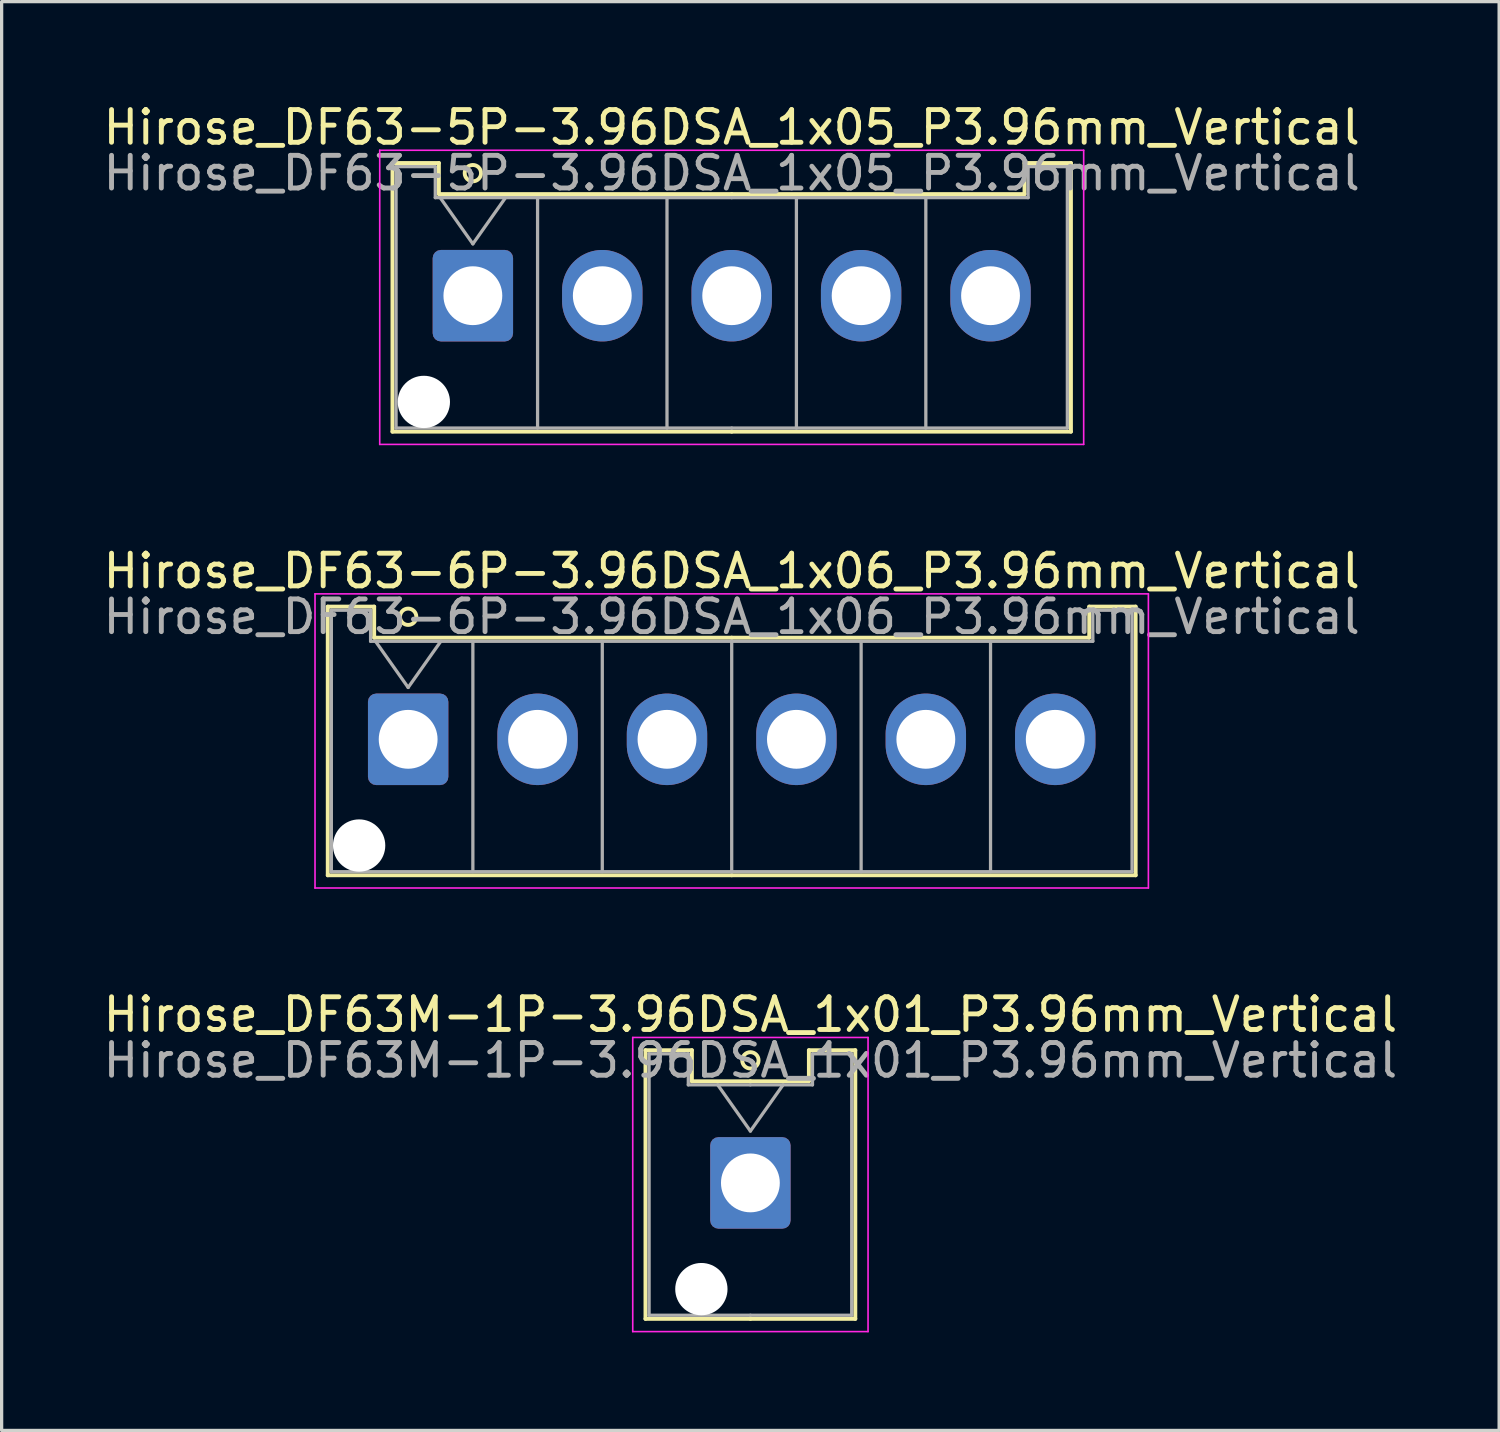
<source format=kicad_pcb>
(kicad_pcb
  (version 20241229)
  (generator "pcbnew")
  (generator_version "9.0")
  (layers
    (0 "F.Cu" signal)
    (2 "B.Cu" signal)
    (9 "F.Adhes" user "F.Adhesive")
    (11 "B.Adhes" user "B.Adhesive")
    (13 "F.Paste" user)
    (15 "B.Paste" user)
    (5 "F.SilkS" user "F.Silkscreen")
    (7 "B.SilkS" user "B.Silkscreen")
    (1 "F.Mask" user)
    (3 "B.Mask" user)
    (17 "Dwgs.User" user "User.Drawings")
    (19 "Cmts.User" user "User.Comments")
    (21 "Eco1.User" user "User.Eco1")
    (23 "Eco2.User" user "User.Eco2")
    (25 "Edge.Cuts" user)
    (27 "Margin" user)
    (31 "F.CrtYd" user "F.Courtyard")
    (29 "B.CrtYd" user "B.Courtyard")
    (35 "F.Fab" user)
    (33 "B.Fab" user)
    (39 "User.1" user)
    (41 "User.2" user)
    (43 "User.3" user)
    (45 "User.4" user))
  (footprint "Hirose_DF63M-1P-3.96DSA_1x01_P3.96mm_Vertical"
    (layer "F.Cu")
    (at 19.911 33.145)
    (property "Reference" "Hirose_DF63M-1P-3.96DSA_1x01_P3.96mm_Vertical" (at 0 -5.15 0) (layer "F.SilkS") (effects (font (size 1 1) (thickness 0.15))))
    (attr through_hole)
    (fp_line (start -3.21 -4.06) (end -1.79 -4.06) (stroke (width 0.12) (type solid)) (layer "F.SilkS"))
    (fp_line (start -3.21 4.16) (end -3.21 -4.06) (stroke (width 0.12) (type solid)) (layer "F.SilkS"))
    (fp_line (start -1.79 -4.06) (end -1.79 -3.11) (stroke (width 0.12) (type solid)) (layer "F.SilkS"))
    (fp_line (start -1.79 -3.11) (end 0 -3.11) (stroke (width 0.12) (type solid)) (layer "F.SilkS"))
    (fp_line (start 0 4.16) (end -3.21 4.16) (stroke (width 0.12) (type solid)) (layer "F.SilkS"))
    (fp_line (start 0 4.16) (end 3.21 4.16) (stroke (width 0.12) (type solid)) (layer "F.SilkS"))
    (fp_line (start 1.79 -4.06) (end 1.79 -3.11) (stroke (width 0.12) (type solid)) (layer "F.SilkS"))
    (fp_line (start 1.79 -3.11) (end 0 -3.11) (stroke (width 0.12) (type solid)) (layer "F.SilkS"))
    (fp_line (start 3.21 -4.06) (end 1.79 -4.06) (stroke (width 0.12) (type solid)) (layer "F.SilkS"))
    (fp_line (start 3.21 4.16) (end 3.21 -4.06) (stroke (width 0.12) (type solid)) (layer "F.SilkS"))
    (fp_circle (center 0 -3.75) (end 0.25 -3.75) (stroke (width 0.12) (type solid)) (fill no) (layer "F.SilkS"))
    (fp_line (start -3.6 -4.45) (end -3.6 4.55) (stroke (width 0.05) (type solid)) (layer "F.CrtYd"))
    (fp_line (start -3.6 4.55) (end 3.6 4.55) (stroke (width 0.05) (type solid)) (layer "F.CrtYd"))
    (fp_line (start 3.6 -4.45) (end -3.6 -4.45) (stroke (width 0.05) (type solid)) (layer "F.CrtYd"))
    (fp_line (start 3.6 4.55) (end 3.6 -4.45) (stroke (width 0.05) (type solid)) (layer "F.CrtYd"))
    (fp_line (start -3.1 -3.95) (end -1.9 -3.95) (stroke (width 0.1) (type solid)) (layer "F.Fab"))
    (fp_line (start -3.1 4.05) (end -3.1 -3.95) (stroke (width 0.1) (type solid)) (layer "F.Fab"))
    (fp_line (start -1.9 -3.95) (end -1.9 -3) (stroke (width 0.1) (type solid)) (layer "F.Fab"))
    (fp_line (start -1.9 -3) (end 0 -3) (stroke (width 0.1) (type solid)) (layer "F.Fab"))
    (fp_line (start -1 -3) (end 0 -1.586) (stroke (width 0.1) (type solid)) (layer "F.Fab"))
    (fp_line (start 0 -1.586) (end 1 -3) (stroke (width 0.1) (type solid)) (layer "F.Fab"))
    (fp_line (start 0 4.05) (end -3.1 4.05) (stroke (width 0.1) (type solid)) (layer "F.Fab"))
    (fp_line (start 0 4.05) (end 3.1 4.05) (stroke (width 0.1) (type solid)) (layer "F.Fab"))
    (fp_line (start 1.9 -3.95) (end 1.9 -3) (stroke (width 0.1) (type solid)) (layer "F.Fab"))
    (fp_line (start 1.9 -3) (end 0 -3) (stroke (width 0.1) (type solid)) (layer "F.Fab"))
    (fp_line (start 3.1 -3.95) (end 1.9 -3.95) (stroke (width 0.1) (type solid)) (layer "F.Fab"))
    (fp_line (start 3.1 4.05) (end 3.1 -3.95) (stroke (width 0.1) (type solid)) (layer "F.Fab"))
    (fp_text user "${REFERENCE}" (at 0 -3.75 0) (layer "F.Fab") (effects (font (size 1 1) (thickness 0.15))))
    (pad "" np_thru_hole circle (at -1.5 3.25) (size 1.6 1.6) (drill 1.6) (layers "*.Cu" "*.Mask"))
    (pad "1" thru_hole roundrect (at 0 0) (size 2.46 2.8) (drill 1.8) (layers "*.Cu" "*.Mask") (roundrect_rratio 0.102)))
  (footprint "Hirose_DF63-6P-3.96DSA_1x06_P3.96mm_Vertical"
    (layer "F.Cu")
    (at 9.439 19.572)
    (property "Reference" "Hirose_DF63-6P-3.96DSA_1x06_P3.96mm_Vertical" (at 9.9 -5.15 0) (layer "F.SilkS") (effects (font (size 1 1) (thickness 0.15))))
    (attr through_hole)
    (fp_line (start -2.46 -4.06) (end -1.04 -4.06) (stroke (width 0.12) (type solid)) (layer "F.SilkS"))
    (fp_line (start -2.46 4.16) (end -2.46 -4.06) (stroke (width 0.12) (type solid)) (layer "F.SilkS"))
    (fp_line (start -1.04 -4.06) (end -1.04 -3.11) (stroke (width 0.12) (type solid)) (layer "F.SilkS"))
    (fp_line (start -1.04 -3.11) (end 9.9 -3.11) (stroke (width 0.12) (type solid)) (layer "F.SilkS"))
    (fp_line (start 9.9 4.16) (end -2.46 4.16) (stroke (width 0.12) (type solid)) (layer "F.SilkS"))
    (fp_line (start 9.9 4.16) (end 22.26 4.16) (stroke (width 0.12) (type solid)) (layer "F.SilkS"))
    (fp_line (start 20.84 -4.06) (end 20.84 -3.11) (stroke (width 0.12) (type solid)) (layer "F.SilkS"))
    (fp_line (start 20.84 -3.11) (end 9.9 -3.11) (stroke (width 0.12) (type solid)) (layer "F.SilkS"))
    (fp_line (start 22.26 -4.06) (end 20.84 -4.06) (stroke (width 0.12) (type solid)) (layer "F.SilkS"))
    (fp_line (start 22.26 4.16) (end 22.26 -4.06) (stroke (width 0.12) (type solid)) (layer "F.SilkS"))
    (fp_circle (center 0 -3.75) (end 0.25 -3.75) (stroke (width 0.12) (type solid)) (fill no) (layer "F.SilkS"))
    (fp_line (start -2.85 -4.45) (end -2.85 4.55) (stroke (width 0.05) (type solid)) (layer "F.CrtYd"))
    (fp_line (start -2.85 4.55) (end 22.65 4.55) (stroke (width 0.05) (type solid)) (layer "F.CrtYd"))
    (fp_line (start 22.65 -4.45) (end -2.85 -4.45) (stroke (width 0.05) (type solid)) (layer "F.CrtYd"))
    (fp_line (start 22.65 4.55) (end 22.65 -4.45) (stroke (width 0.05) (type solid)) (layer "F.CrtYd"))
    (fp_line (start -2.35 -3.95) (end -1.15 -3.95) (stroke (width 0.1) (type solid)) (layer "F.Fab"))
    (fp_line (start -2.35 4.05) (end -2.35 -3.95) (stroke (width 0.1) (type solid)) (layer "F.Fab"))
    (fp_line (start -1.15 -3.95) (end -1.15 -3) (stroke (width 0.1) (type solid)) (layer "F.Fab"))
    (fp_line (start -1.15 -3) (end 9.9 -3) (stroke (width 0.1) (type solid)) (layer "F.Fab"))
    (fp_line (start -1 -3) (end 0 -1.586) (stroke (width 0.1) (type solid)) (layer "F.Fab"))
    (fp_line (start 0 -1.586) (end 1 -3) (stroke (width 0.1) (type solid)) (layer "F.Fab"))
    (fp_line (start 1.98 -3) (end 1.98 4.05) (stroke (width 0.1) (type solid)) (layer "F.Fab"))
    (fp_line (start 5.94 -3) (end 5.94 4.05) (stroke (width 0.1) (type solid)) (layer "F.Fab"))
    (fp_line (start 9.9 -3) (end 9.9 4.05) (stroke (width 0.1) (type solid)) (layer "F.Fab"))
    (fp_line (start 9.9 4.05) (end -2.35 4.05) (stroke (width 0.1) (type solid)) (layer "F.Fab"))
    (fp_line (start 9.9 4.05) (end 22.15 4.05) (stroke (width 0.1) (type solid)) (layer "F.Fab"))
    (fp_line (start 13.86 -3) (end 13.86 4.05) (stroke (width 0.1) (type solid)) (layer "F.Fab"))
    (fp_line (start 17.82 -3) (end 17.82 4.05) (stroke (width 0.1) (type solid)) (layer "F.Fab"))
    (fp_line (start 20.95 -3.95) (end 20.95 -3) (stroke (width 0.1) (type solid)) (layer "F.Fab"))
    (fp_line (start 20.95 -3) (end 9.9 -3) (stroke (width 0.1) (type solid)) (layer "F.Fab"))
    (fp_line (start 22.15 -3.95) (end 20.95 -3.95) (stroke (width 0.1) (type solid)) (layer "F.Fab"))
    (fp_line (start 22.15 4.05) (end 22.15 -3.95) (stroke (width 0.1) (type solid)) (layer "F.Fab"))
    (fp_text user "${REFERENCE}" (at 9.9 -3.75 0) (layer "F.Fab") (effects (font (size 1 1) (thickness 0.15))))
    (pad "" np_thru_hole circle (at -1.5 3.25) (size 1.6 1.6) (drill 1.6) (layers "*.Cu" "*.Mask"))
    (pad "1" thru_hole roundrect (at 0 0) (size 2.46 2.8) (drill 1.8) (layers "*.Cu" "*.Mask") (roundrect_rratio 0.102))
    (pad "2" thru_hole oval (at 3.96 0) (size 2.46 2.8) (drill 1.8) (layers "*.Cu" "*.Mask"))
    (pad "3" thru_hole oval (at 7.92 0) (size 2.46 2.8) (drill 1.8) (layers "*.Cu" "*.Mask"))
    (pad "4" thru_hole oval (at 11.88 0) (size 2.46 2.8) (drill 1.8) (layers "*.Cu" "*.Mask"))
    (pad "5" thru_hole oval (at 15.84 0) (size 2.46 2.8) (drill 1.8) (layers "*.Cu" "*.Mask"))
    (pad "6" thru_hole oval (at 19.8 0) (size 2.46 2.8) (drill 1.8) (layers "*.Cu" "*.Mask")))
  (footprint "Hirose_DF63-5P-3.96DSA_1x05_P3.96mm_Vertical"
    (layer "F.Cu")
    (at 11.419 5.998)
    (property "Reference" "Hirose_DF63-5P-3.96DSA_1x05_P3.96mm_Vertical" (at 7.92 -5.15 0) (layer "F.SilkS") (effects (font (size 1 1) (thickness 0.15))))
    (attr through_hole)
    (fp_line (start -2.46 -4.06) (end -1.04 -4.06) (stroke (width 0.12) (type solid)) (layer "F.SilkS"))
    (fp_line (start -2.46 4.16) (end -2.46 -4.06) (stroke (width 0.12) (type solid)) (layer "F.SilkS"))
    (fp_line (start -1.04 -4.06) (end -1.04 -3.11) (stroke (width 0.12) (type solid)) (layer "F.SilkS"))
    (fp_line (start -1.04 -3.11) (end 7.92 -3.11) (stroke (width 0.12) (type solid)) (layer "F.SilkS"))
    (fp_line (start 7.92 4.16) (end -2.46 4.16) (stroke (width 0.12) (type solid)) (layer "F.SilkS"))
    (fp_line (start 7.92 4.16) (end 18.3 4.16) (stroke (width 0.12) (type solid)) (layer "F.SilkS"))
    (fp_line (start 16.88 -4.06) (end 16.88 -3.11) (stroke (width 0.12) (type solid)) (layer "F.SilkS"))
    (fp_line (start 16.88 -3.11) (end 7.92 -3.11) (stroke (width 0.12) (type solid)) (layer "F.SilkS"))
    (fp_line (start 18.3 -4.06) (end 16.88 -4.06) (stroke (width 0.12) (type solid)) (layer "F.SilkS"))
    (fp_line (start 18.3 4.16) (end 18.3 -4.06) (stroke (width 0.12) (type solid)) (layer "F.SilkS"))
    (fp_circle (center 0 -3.75) (end 0.25 -3.75) (stroke (width 0.12) (type solid)) (fill no) (layer "F.SilkS"))
    (fp_line (start -2.85 -4.45) (end -2.85 4.55) (stroke (width 0.05) (type solid)) (layer "F.CrtYd"))
    (fp_line (start -2.85 4.55) (end 18.69 4.55) (stroke (width 0.05) (type solid)) (layer "F.CrtYd"))
    (fp_line (start 18.69 -4.45) (end -2.85 -4.45) (stroke (width 0.05) (type solid)) (layer "F.CrtYd"))
    (fp_line (start 18.69 4.55) (end 18.69 -4.45) (stroke (width 0.05) (type solid)) (layer "F.CrtYd"))
    (fp_line (start -2.35 -3.95) (end -1.15 -3.95) (stroke (width 0.1) (type solid)) (layer "F.Fab"))
    (fp_line (start -2.35 4.05) (end -2.35 -3.95) (stroke (width 0.1) (type solid)) (layer "F.Fab"))
    (fp_line (start -1.15 -3.95) (end -1.15 -3) (stroke (width 0.1) (type solid)) (layer "F.Fab"))
    (fp_line (start -1.15 -3) (end 7.92 -3) (stroke (width 0.1) (type solid)) (layer "F.Fab"))
    (fp_line (start -1 -3) (end 0 -1.586) (stroke (width 0.1) (type solid)) (layer "F.Fab"))
    (fp_line (start 0 -1.586) (end 1 -3) (stroke (width 0.1) (type solid)) (layer "F.Fab"))
    (fp_line (start 1.98 -3) (end 1.98 4.05) (stroke (width 0.1) (type solid)) (layer "F.Fab"))
    (fp_line (start 5.94 -3) (end 5.94 4.05) (stroke (width 0.1) (type solid)) (layer "F.Fab"))
    (fp_line (start 7.92 4.05) (end -2.35 4.05) (stroke (width 0.1) (type solid)) (layer "F.Fab"))
    (fp_line (start 7.92 4.05) (end 18.19 4.05) (stroke (width 0.1) (type solid)) (layer "F.Fab"))
    (fp_line (start 9.9 -3) (end 9.9 4.05) (stroke (width 0.1) (type solid)) (layer "F.Fab"))
    (fp_line (start 13.86 -3) (end 13.86 4.05) (stroke (width 0.1) (type solid)) (layer "F.Fab"))
    (fp_line (start 16.99 -3.95) (end 16.99 -3) (stroke (width 0.1) (type solid)) (layer "F.Fab"))
    (fp_line (start 16.99 -3) (end 7.92 -3) (stroke (width 0.1) (type solid)) (layer "F.Fab"))
    (fp_line (start 18.19 -3.95) (end 16.99 -3.95) (stroke (width 0.1) (type solid)) (layer "F.Fab"))
    (fp_line (start 18.19 4.05) (end 18.19 -3.95) (stroke (width 0.1) (type solid)) (layer "F.Fab"))
    (fp_text user "${REFERENCE}" (at 7.92 -3.75 0) (layer "F.Fab") (effects (font (size 1 1) (thickness 0.15))))
    (pad "" np_thru_hole circle (at -1.5 3.25) (size 1.6 1.6) (drill 1.6) (layers "*.Cu" "*.Mask"))
    (pad "1" thru_hole roundrect (at 0 0) (size 2.46 2.8) (drill 1.8) (layers "*.Cu" "*.Mask") (roundrect_rratio 0.102))
    (pad "2" thru_hole oval (at 3.96 0) (size 2.46 2.8) (drill 1.8) (layers "*.Cu" "*.Mask"))
    (pad "3" thru_hole oval (at 7.92 0) (size 2.46 2.8) (drill 1.8) (layers "*.Cu" "*.Mask"))
    (pad "4" thru_hole oval (at 11.88 0) (size 2.46 2.8) (drill 1.8) (layers "*.Cu" "*.Mask"))
    (pad "5" thru_hole oval (at 15.84 0) (size 2.46 2.8) (drill 1.8) (layers "*.Cu" "*.Mask")))
  (gr_rect
    (start -3 -3)
    (end 42.821 40.72)
    (stroke (width 0.1) (type default))
    (fill no)
    (layer "Edge.Cuts")))
</source>
